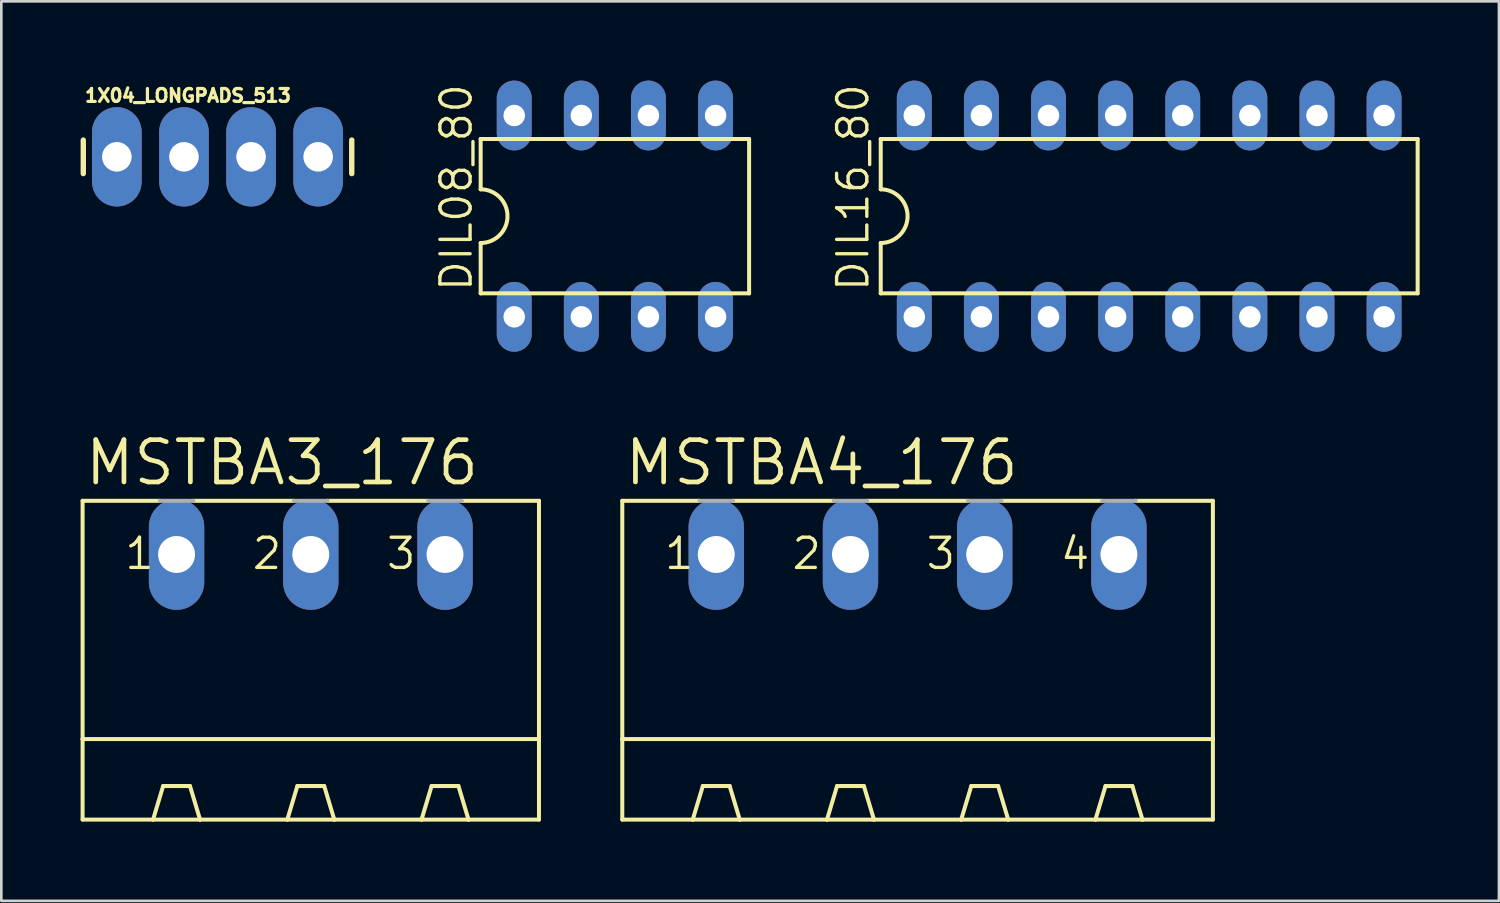
<source format=kicad_pcb>
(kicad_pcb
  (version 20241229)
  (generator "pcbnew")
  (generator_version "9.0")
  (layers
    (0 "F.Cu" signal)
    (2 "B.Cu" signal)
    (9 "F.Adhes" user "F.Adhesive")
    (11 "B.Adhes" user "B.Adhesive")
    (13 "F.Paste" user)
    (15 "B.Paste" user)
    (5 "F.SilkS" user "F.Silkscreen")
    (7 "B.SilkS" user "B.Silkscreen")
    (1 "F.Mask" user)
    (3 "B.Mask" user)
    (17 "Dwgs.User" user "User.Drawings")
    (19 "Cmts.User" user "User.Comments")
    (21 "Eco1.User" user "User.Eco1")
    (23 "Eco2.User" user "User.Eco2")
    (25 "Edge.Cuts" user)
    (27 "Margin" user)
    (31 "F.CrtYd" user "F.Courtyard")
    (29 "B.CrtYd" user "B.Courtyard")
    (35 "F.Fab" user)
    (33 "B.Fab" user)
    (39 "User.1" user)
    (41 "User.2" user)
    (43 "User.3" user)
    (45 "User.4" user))
  (footprint "DIL16_80"
    (layer "F.Cu")
    (at 40.442 5.131)
    (property "Reference" "DIL16_80" (at -10.541 2.921 90) (unlocked yes) (layer "F.SilkS") (effects (font (size 1.143 1.143) (thickness 0.127)) (justify left bottom)))
    (fp_line (start -10.16 -2.921) (end -10.16 -1.016) (stroke (width 0.152) (type solid)) (layer "F.SilkS"))
    (fp_line (start -10.16 2.921) (end -10.16 1.016) (stroke (width 0.152) (type solid)) (layer "F.SilkS"))
    (fp_line (start -10.16 2.921) (end 10.16 2.921) (stroke (width 0.152) (type solid)) (layer "F.SilkS"))
    (fp_line (start 10.16 -2.921) (end -10.16 -2.921) (stroke (width 0.152) (type solid)) (layer "F.SilkS"))
    (fp_line (start 10.16 -2.921) (end 10.16 2.921) (stroke (width 0.152) (type solid)) (layer "F.SilkS"))
    (fp_arc (start -10.16 -1.016) (mid -9.144 0) (end -10.16 1.016) (stroke (width 0.1524) (type solid)) (layer "F.SilkS"))
    (pad "1" thru_hole oval (at -8.89 3.81 90) (size 2.642 1.321) (drill 0.813) (layers "*.Cu" "*.Mask"))
    (pad "2" thru_hole oval (at -6.35 3.81 90) (size 2.642 1.321) (drill 0.813) (layers "*.Cu" "*.Mask"))
    (pad "3" thru_hole oval (at -3.81 3.81 90) (size 2.642 1.321) (drill 0.813) (layers "*.Cu" "*.Mask"))
    (pad "4" thru_hole oval (at -1.27 3.81 90) (size 2.642 1.321) (drill 0.813) (layers "*.Cu" "*.Mask"))
    (pad "5" thru_hole oval (at 1.27 3.81 90) (size 2.642 1.321) (drill 0.813) (layers "*.Cu" "*.Mask"))
    (pad "6" thru_hole oval (at 3.81 3.81 90) (size 2.642 1.321) (drill 0.813) (layers "*.Cu" "*.Mask"))
    (pad "7" thru_hole oval (at 6.35 3.81 90) (size 2.642 1.321) (drill 0.813) (layers "*.Cu" "*.Mask"))
    (pad "8" thru_hole oval (at 8.89 3.81 90) (size 2.642 1.321) (drill 0.813) (layers "*.Cu" "*.Mask"))
    (pad "9" thru_hole oval (at 8.89 -3.81 90) (size 2.642 1.321) (drill 0.813) (layers "*.Cu" "*.Mask"))
    (pad "10" thru_hole oval (at 6.35 -3.81 90) (size 2.642 1.321) (drill 0.813) (layers "*.Cu" "*.Mask"))
    (pad "11" thru_hole oval (at 3.81 -3.81 90) (size 2.642 1.321) (drill 0.813) (layers "*.Cu" "*.Mask"))
    (pad "12" thru_hole oval (at 1.27 -3.81 90) (size 2.642 1.321) (drill 0.813) (layers "*.Cu" "*.Mask"))
    (pad "13" thru_hole oval (at -1.27 -3.81 90) (size 2.642 1.321) (drill 0.813) (layers "*.Cu" "*.Mask"))
    (pad "14" thru_hole oval (at -3.81 -3.81 90) (size 2.642 1.321) (drill 0.813) (layers "*.Cu" "*.Mask"))
    (pad "15" thru_hole oval (at -6.35 -3.81 90) (size 2.642 1.321) (drill 0.813) (layers "*.Cu" "*.Mask"))
    (pad "16" thru_hole oval (at -8.89 -3.81 90) (size 2.642 1.321) (drill 0.813) (layers "*.Cu" "*.Mask")))
  (footprint "DIL08_80"
    (layer "F.Cu")
    (at 20.221 5.131)
    (property "Reference" "DIL08_80" (at -5.334 2.921 90) (unlocked yes) (layer "F.SilkS") (effects (font (size 1.143 1.143) (thickness 0.127)) (justify left bottom)))
    (fp_line (start -5.08 -2.921) (end -5.08 -1.016) (stroke (width 0.152) (type solid)) (layer "F.SilkS"))
    (fp_line (start -5.08 2.921) (end -5.08 1.016) (stroke (width 0.152) (type solid)) (layer "F.SilkS"))
    (fp_line (start -5.08 2.921) (end 5.08 2.921) (stroke (width 0.152) (type solid)) (layer "F.SilkS"))
    (fp_line (start 5.08 -2.921) (end -5.08 -2.921) (stroke (width 0.152) (type solid)) (layer "F.SilkS"))
    (fp_line (start 5.08 -2.921) (end 5.08 2.921) (stroke (width 0.152) (type solid)) (layer "F.SilkS"))
    (fp_arc (start -5.08 -1.016) (mid -4.064 0) (end -5.08 1.016) (stroke (width 0.1524) (type solid)) (layer "F.SilkS"))
    (pad "1" thru_hole oval (at -3.81 3.81 90) (size 2.642 1.321) (drill 0.813) (layers "*.Cu" "*.Mask"))
    (pad "2" thru_hole oval (at -1.27 3.81 90) (size 2.642 1.321) (drill 0.813) (layers "*.Cu" "*.Mask"))
    (pad "3" thru_hole oval (at 1.27 3.81 90) (size 2.642 1.321) (drill 0.813) (layers "*.Cu" "*.Mask"))
    (pad "4" thru_hole oval (at 3.81 3.81 90) (size 2.642 1.321) (drill 0.813) (layers "*.Cu" "*.Mask"))
    (pad "5" thru_hole oval (at 3.81 -3.81 90) (size 2.642 1.321) (drill 0.813) (layers "*.Cu" "*.Mask"))
    (pad "6" thru_hole oval (at 1.27 -3.81 90) (size 2.642 1.321) (drill 0.813) (layers "*.Cu" "*.Mask"))
    (pad "7" thru_hole oval (at -1.27 -3.81 90) (size 2.642 1.321) (drill 0.813) (layers "*.Cu" "*.Mask"))
    (pad "8" thru_hole oval (at -3.81 -3.81 90) (size 2.642 1.321) (drill 0.813) (layers "*.Cu" "*.Mask")))
  (footprint "1X04_LONGPADS_513"
    (layer "F.Cu")
    (at 1.372 2.885)
    (property "Reference" "1X04_LONGPADS_513" (at -1.27 -2.032 0) (unlocked yes) (layer "F.SilkS") (effects (font (size 0.488 0.488) (thickness 0.122)) (justify left bottom)))
    (fp_line (start -1.27 -0.635) (end -1.27 0.635) (stroke (width 0.203) (type solid)) (layer "F.SilkS"))
    (fp_line (start 8.89 -0.635) (end 8.89 0.635) (stroke (width 0.203) (type solid)) (layer "F.SilkS"))
    (fp_poly (pts (xy -0.254 0.254) (xy 0.254 0.254) (xy 0.254 -0.254) (xy -0.254 -0.254)) (stroke (width 0.1) (type default)) (fill no) (layer "F.Fab"))
    (fp_poly (pts (xy 2.286 0.254) (xy 2.794 0.254) (xy 2.794 -0.254) (xy 2.286 -0.254)) (stroke (width 0.1) (type default)) (fill no) (layer "F.Fab"))
    (fp_poly (pts (xy 4.826 0.254) (xy 5.334 0.254) (xy 5.334 -0.254) (xy 4.826 -0.254)) (stroke (width 0.1) (type default)) (fill no) (layer "F.Fab"))
    (fp_poly (pts (xy 7.366 0.254) (xy 7.874 0.254) (xy 7.874 -0.254) (xy 7.366 -0.254)) (stroke (width 0.1) (type default)) (fill no) (layer "F.Fab"))
    (pad "1" thru_hole oval (at 0 0 90) (size 3.759 1.88) (drill 1.118) (layers "*.Cu" "*.Mask"))
    (pad "2" thru_hole oval (at 2.54 0 90) (size 3.759 1.88) (drill 1.118) (layers "*.Cu" "*.Mask"))
    (pad "3" thru_hole oval (at 5.08 0 90) (size 3.759 1.88) (drill 1.118) (layers "*.Cu" "*.Mask"))
    (pad "4" thru_hole oval (at 7.62 0 90) (size 3.759 1.88) (drill 1.118) (layers "*.Cu" "*.Mask")))
  (footprint "MSTBA4_176"
    (layer "F.Cu")
    (at 31.677 23.015)
    (property "Reference" "MSTBA4_176" (at -11.176 -7.62 0) (unlocked yes) (layer "F.SilkS") (effects (font (size 1.6 1.6) (thickness 0.178)) (justify left bottom)))
    (fp_line (start -11.176 -7.112) (end -11.176 1.905) (stroke (width 0.152) (type solid)) (layer "F.SilkS"))
    (fp_line (start -11.176 -7.112) (end -8.255 -7.112) (stroke (width 0.152) (type solid)) (layer "F.SilkS"))
    (fp_line (start -11.176 1.905) (end -11.176 4.953) (stroke (width 0.152) (type solid)) (layer "F.SilkS"))
    (fp_line (start -11.176 1.905) (end 11.176 1.905) (stroke (width 0.152) (type solid)) (layer "F.SilkS"))
    (fp_line (start -11.176 4.953) (end -8.509 4.953) (stroke (width 0.152) (type solid)) (layer "F.SilkS"))
    (fp_line (start -8.509 4.953) (end -8.128 3.683) (stroke (width 0.152) (type solid)) (layer "F.SilkS"))
    (fp_line (start -8.509 4.953) (end -6.731 4.953) (stroke (width 0.152) (type solid)) (layer "F.SilkS"))
    (fp_line (start -7.112 3.683) (end -8.128 3.683) (stroke (width 0.152) (type solid)) (layer "F.SilkS"))
    (fp_line (start -6.985 -7.112) (end -3.175 -7.112) (stroke (width 0.152) (type solid)) (layer "F.SilkS"))
    (fp_line (start -6.731 4.953) (end -7.112 3.683) (stroke (width 0.152) (type solid)) (layer "F.SilkS"))
    (fp_line (start -6.731 4.953) (end -3.429 4.953) (stroke (width 0.152) (type solid)) (layer "F.SilkS"))
    (fp_line (start -3.429 4.953) (end -3.048 3.683) (stroke (width 0.152) (type solid)) (layer "F.SilkS"))
    (fp_line (start -3.429 4.953) (end -1.651 4.953) (stroke (width 0.152) (type solid)) (layer "F.SilkS"))
    (fp_line (start -3.048 3.683) (end -2.032 3.683) (stroke (width 0.152) (type solid)) (layer "F.SilkS"))
    (fp_line (start -1.905 -7.112) (end 1.905 -7.112) (stroke (width 0.152) (type solid)) (layer "F.SilkS"))
    (fp_line (start -1.651 4.953) (end -2.032 3.683) (stroke (width 0.152) (type solid)) (layer "F.SilkS"))
    (fp_line (start -1.651 4.953) (end 1.651 4.953) (stroke (width 0.152) (type solid)) (layer "F.SilkS"))
    (fp_line (start 1.651 4.953) (end 2.032 3.683) (stroke (width 0.152) (type solid)) (layer "F.SilkS"))
    (fp_line (start 1.651 4.953) (end 3.429 4.953) (stroke (width 0.152) (type solid)) (layer "F.SilkS"))
    (fp_line (start 2.032 3.683) (end 3.048 3.683) (stroke (width 0.152) (type solid)) (layer "F.SilkS"))
    (fp_line (start 3.175 -7.112) (end 6.985 -7.112) (stroke (width 0.152) (type solid)) (layer "F.SilkS"))
    (fp_line (start 3.429 4.953) (end 3.048 3.683) (stroke (width 0.152) (type solid)) (layer "F.SilkS"))
    (fp_line (start 3.429 4.953) (end 6.731 4.953) (stroke (width 0.152) (type solid)) (layer "F.SilkS"))
    (fp_line (start 6.731 4.953) (end 7.112 3.683) (stroke (width 0.152) (type solid)) (layer "F.SilkS"))
    (fp_line (start 6.731 4.953) (end 8.509 4.953) (stroke (width 0.152) (type solid)) (layer "F.SilkS"))
    (fp_line (start 7.112 3.683) (end 8.128 3.683) (stroke (width 0.152) (type solid)) (layer "F.SilkS"))
    (fp_line (start 8.255 -7.112) (end 11.176 -7.112) (stroke (width 0.152) (type solid)) (layer "F.SilkS"))
    (fp_line (start 8.509 4.953) (end 8.128 3.683) (stroke (width 0.152) (type solid)) (layer "F.SilkS"))
    (fp_line (start 8.509 4.953) (end 11.176 4.953) (stroke (width 0.152) (type solid)) (layer "F.SilkS"))
    (fp_line (start 11.176 -7.112) (end 11.176 1.905) (stroke (width 0.152) (type solid)) (layer "F.SilkS"))
    (fp_line (start 11.176 1.905) (end 11.176 4.953) (stroke (width 0.152) (type solid)) (layer "F.SilkS"))
    (fp_line (start -8.255 -7.112) (end -6.985 -7.112) (stroke (width 0.152) (type solid)) (layer "F.Fab"))
    (fp_line (start -3.175 -7.112) (end -1.905 -7.112) (stroke (width 0.152) (type solid)) (layer "F.Fab"))
    (fp_line (start 1.905 -7.112) (end 3.175 -7.112) (stroke (width 0.152) (type solid)) (layer "F.Fab"))
    (fp_line (start 6.985 -7.112) (end 8.255 -7.112) (stroke (width 0.152) (type solid)) (layer "F.Fab"))
    (fp_text user "1" (at -9.652 -4.445 0) (unlocked yes) (layer "F.SilkS") (effects (font (size 1.143 1.143) (thickness 0.127)) (justify left bottom)))
    (fp_text user "2" (at -4.826 -4.445 0) (unlocked yes) (layer "F.SilkS") (effects (font (size 1.143 1.143) (thickness 0.127)) (justify left bottom)))
    (fp_text user "3" (at 0.254 -4.445 0) (unlocked yes) (layer "F.SilkS") (effects (font (size 1.143 1.143) (thickness 0.127)) (justify left bottom)))
    (fp_text user "4" (at 5.334 -4.445 0) (unlocked yes) (layer "F.SilkS") (effects (font (size 1.143 1.143) (thickness 0.127)) (justify left bottom)))
    (pad "1" thru_hole oval (at -7.62 -5.08 90) (size 4.191 2.095) (drill 1.397) (layers "*.Cu" "*.Mask"))
    (pad "2" thru_hole oval (at -2.54 -5.08 90) (size 4.191 2.095) (drill 1.397) (layers "*.Cu" "*.Mask"))
    (pad "3" thru_hole oval (at 2.54 -5.08 90) (size 4.191 2.095) (drill 1.397) (layers "*.Cu" "*.Mask"))
    (pad "4" thru_hole oval (at 7.62 -5.08 90) (size 4.191 2.095) (drill 1.397) (layers "*.Cu" "*.Mask")))
  (footprint "MSTBA3_176"
    (layer "F.Cu")
    (at 8.712 23.015)
    (property "Reference" "MSTBA3_176" (at -8.636 -7.62 0) (unlocked yes) (layer "F.SilkS") (effects (font (size 1.6 1.6) (thickness 0.178)) (justify left bottom)))
    (fp_line (start -8.636 -7.112) (end -8.636 1.905) (stroke (width 0.152) (type solid)) (layer "F.SilkS"))
    (fp_line (start -8.636 -7.112) (end -5.715 -7.112) (stroke (width 0.152) (type solid)) (layer "F.SilkS"))
    (fp_line (start -8.636 1.905) (end -8.636 4.953) (stroke (width 0.152) (type solid)) (layer "F.SilkS"))
    (fp_line (start -8.636 1.905) (end 8.636 1.905) (stroke (width 0.152) (type solid)) (layer "F.SilkS"))
    (fp_line (start -8.636 4.953) (end -5.969 4.953) (stroke (width 0.152) (type solid)) (layer "F.SilkS"))
    (fp_line (start -5.969 4.953) (end -5.588 3.683) (stroke (width 0.152) (type solid)) (layer "F.SilkS"))
    (fp_line (start -5.969 4.953) (end -4.191 4.953) (stroke (width 0.152) (type solid)) (layer "F.SilkS"))
    (fp_line (start -4.572 3.683) (end -5.588 3.683) (stroke (width 0.152) (type solid)) (layer "F.SilkS"))
    (fp_line (start -4.445 -7.112) (end -0.635 -7.112) (stroke (width 0.152) (type solid)) (layer "F.SilkS"))
    (fp_line (start -4.191 4.953) (end -4.572 3.683) (stroke (width 0.152) (type solid)) (layer "F.SilkS"))
    (fp_line (start -4.191 4.953) (end -0.889 4.953) (stroke (width 0.152) (type solid)) (layer "F.SilkS"))
    (fp_line (start -0.889 4.953) (end -0.508 3.683) (stroke (width 0.152) (type solid)) (layer "F.SilkS"))
    (fp_line (start -0.889 4.953) (end 0.889 4.953) (stroke (width 0.152) (type solid)) (layer "F.SilkS"))
    (fp_line (start -0.508 3.683) (end 0.508 3.683) (stroke (width 0.152) (type solid)) (layer "F.SilkS"))
    (fp_line (start 0.635 -7.112) (end 4.445 -7.112) (stroke (width 0.152) (type solid)) (layer "F.SilkS"))
    (fp_line (start 0.889 4.953) (end 0.508 3.683) (stroke (width 0.152) (type solid)) (layer "F.SilkS"))
    (fp_line (start 0.889 4.953) (end 4.191 4.953) (stroke (width 0.152) (type solid)) (layer "F.SilkS"))
    (fp_line (start 4.191 4.953) (end 4.572 3.683) (stroke (width 0.152) (type solid)) (layer "F.SilkS"))
    (fp_line (start 4.191 4.953) (end 5.969 4.953) (stroke (width 0.152) (type solid)) (layer "F.SilkS"))
    (fp_line (start 4.572 3.683) (end 5.588 3.683) (stroke (width 0.152) (type solid)) (layer "F.SilkS"))
    (fp_line (start 5.715 -7.112) (end 8.636 -7.112) (stroke (width 0.152) (type solid)) (layer "F.SilkS"))
    (fp_line (start 5.969 4.953) (end 5.588 3.683) (stroke (width 0.152) (type solid)) (layer "F.SilkS"))
    (fp_line (start 5.969 4.953) (end 8.636 4.953) (stroke (width 0.152) (type solid)) (layer "F.SilkS"))
    (fp_line (start 8.636 -7.112) (end 8.636 1.905) (stroke (width 0.152) (type solid)) (layer "F.SilkS"))
    (fp_line (start 8.636 1.905) (end 8.636 4.953) (stroke (width 0.152) (type solid)) (layer "F.SilkS"))
    (fp_line (start -5.715 -7.112) (end -4.445 -7.112) (stroke (width 0.152) (type solid)) (layer "F.Fab"))
    (fp_line (start -0.635 -7.112) (end 0.635 -7.112) (stroke (width 0.152) (type solid)) (layer "F.Fab"))
    (fp_line (start 4.445 -7.112) (end 5.715 -7.112) (stroke (width 0.152) (type solid)) (layer "F.Fab"))
    (fp_text user "2" (at -2.286 -4.445 0) (unlocked yes) (layer "F.SilkS") (effects (font (size 1.143 1.143) (thickness 0.127)) (justify left bottom)))
    (fp_text user "1" (at -7.112 -4.445 0) (unlocked yes) (layer "F.SilkS") (effects (font (size 1.143 1.143) (thickness 0.127)) (justify left bottom)))
    (fp_text user "3" (at 2.794 -4.445 0) (unlocked yes) (layer "F.SilkS") (effects (font (size 1.143 1.143) (thickness 0.127)) (justify left bottom)))
    (pad "1" thru_hole oval (at -5.08 -5.08 90) (size 4.191 2.095) (drill 1.397) (layers "*.Cu" "*.Mask"))
    (pad "2" thru_hole oval (at 0 -5.08 90) (size 4.191 2.095) (drill 1.397) (layers "*.Cu" "*.Mask"))
    (pad "3" thru_hole oval (at 5.08 -5.08 90) (size 4.191 2.095) (drill 1.397) (layers "*.Cu" "*.Mask")))
  (gr_rect
    (start -3 -3)
    (end 53.679 31.044)
    (stroke (width 0.1) (type default))
    (fill no)
    (layer "Edge.Cuts")))
</source>
